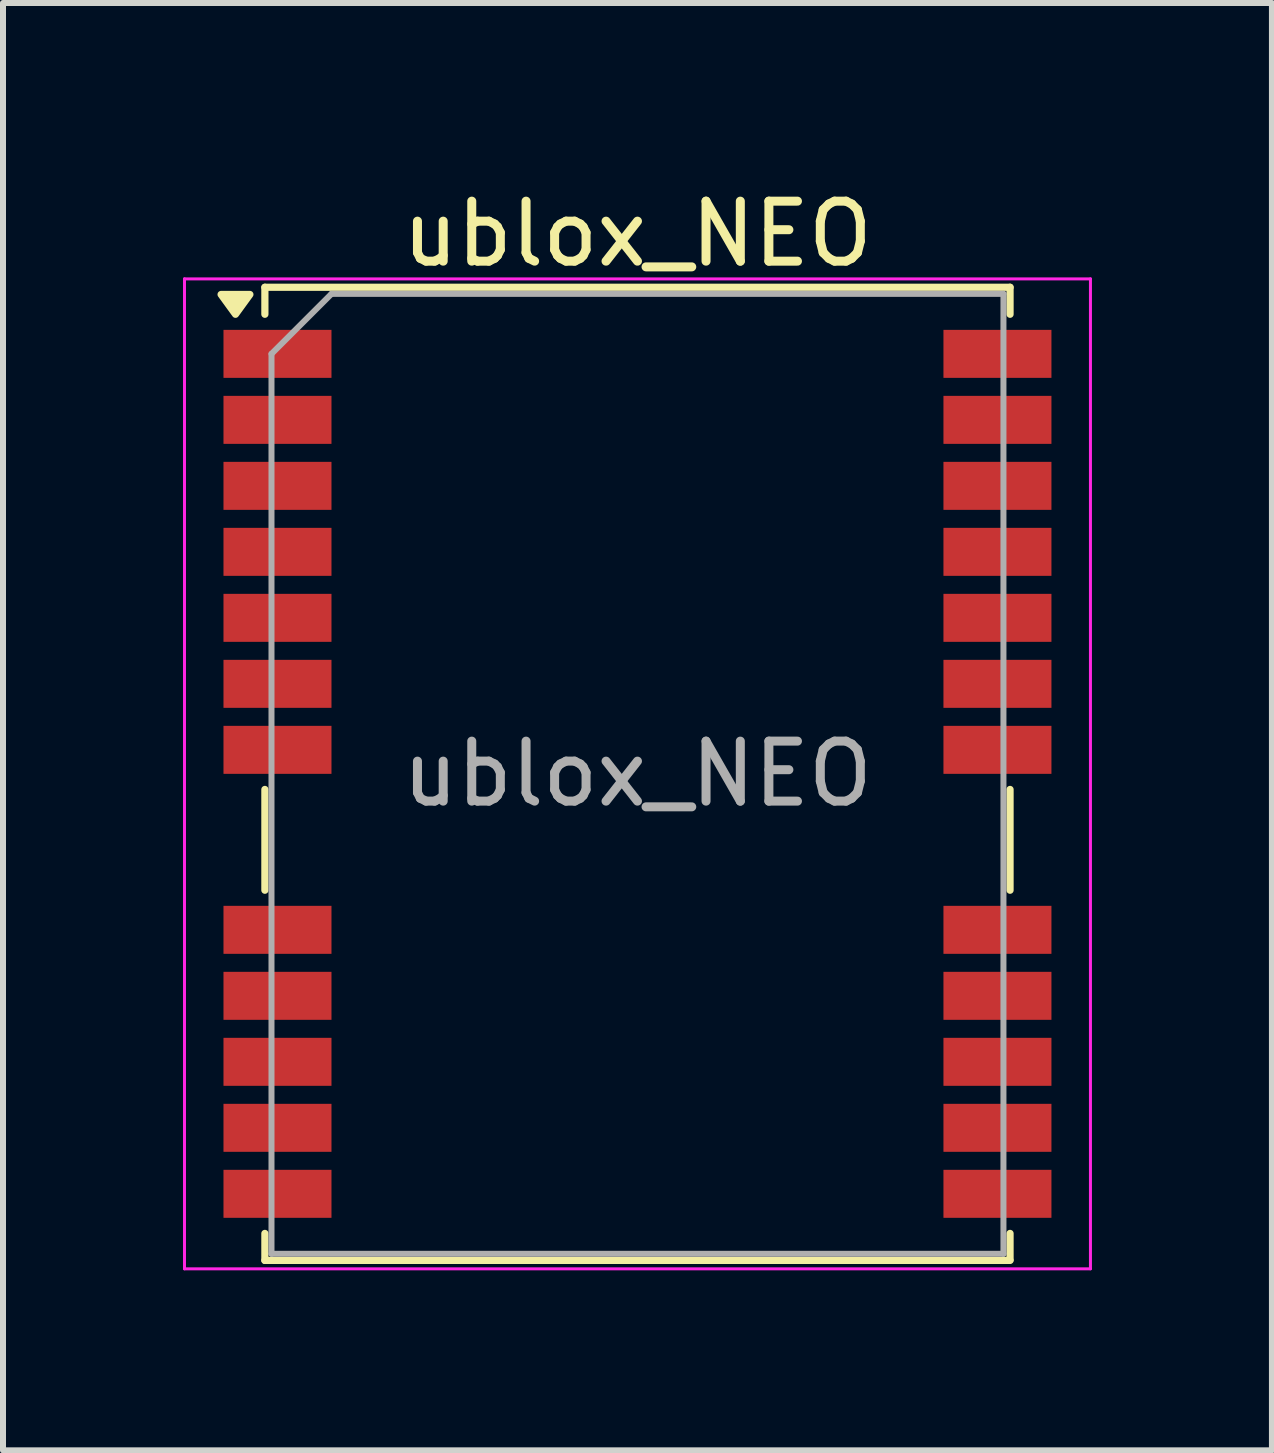
<source format=kicad_pcb>
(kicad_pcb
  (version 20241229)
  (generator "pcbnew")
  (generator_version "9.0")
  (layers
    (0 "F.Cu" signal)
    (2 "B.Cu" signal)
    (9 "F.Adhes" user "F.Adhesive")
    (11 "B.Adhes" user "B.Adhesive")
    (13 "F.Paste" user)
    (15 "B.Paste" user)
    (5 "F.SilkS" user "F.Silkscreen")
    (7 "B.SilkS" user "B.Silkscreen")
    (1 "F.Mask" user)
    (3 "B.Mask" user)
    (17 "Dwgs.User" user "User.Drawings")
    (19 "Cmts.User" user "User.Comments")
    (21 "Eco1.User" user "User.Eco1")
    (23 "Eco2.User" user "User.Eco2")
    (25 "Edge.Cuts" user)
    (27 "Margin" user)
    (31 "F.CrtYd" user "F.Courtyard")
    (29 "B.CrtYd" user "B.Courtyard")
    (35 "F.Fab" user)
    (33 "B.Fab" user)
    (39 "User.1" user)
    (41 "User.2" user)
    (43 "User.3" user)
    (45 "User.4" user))
  (footprint "ublox_NEO"
    (layer "F.Cu")
    (at 7.575 9.848)
    (property "Reference" "ublox_NEO" (at 0 -9 0) (layer "F.SilkS") (effects (font (size 1 1) (thickness 0.15))))
    (attr smd)
    (fp_line (start -6.21 -8.11) (end -6.21 -7.66) (stroke (width 0.12) (type solid)) (layer "F.SilkS"))
    (fp_line (start -6.21 -8.11) (end 6.21 -8.11) (stroke (width 0.12) (type solid)) (layer "F.SilkS"))
    (fp_line (start -6.21 0.26) (end -6.21 1.94) (stroke (width 0.12) (type solid)) (layer "F.SilkS"))
    (fp_line (start -6.21 7.66) (end -6.21 8.11) (stroke (width 0.12) (type solid)) (layer "F.SilkS"))
    (fp_line (start -6.21 8.11) (end 6.21 8.11) (stroke (width 0.12) (type solid)) (layer "F.SilkS"))
    (fp_line (start 6.21 -8.11) (end 6.21 -7.66) (stroke (width 0.12) (type solid)) (layer "F.SilkS"))
    (fp_line (start 6.21 0.26) (end 6.21 1.94) (stroke (width 0.12) (type solid)) (layer "F.SilkS"))
    (fp_line (start 6.21 7.66) (end 6.21 8.1) (stroke (width 0.12) (type solid)) (layer "F.SilkS"))
    (fp_poly (pts (xy -6.7 -7.66) (xy -6.94 -7.99) (xy -6.46 -7.99) (xy -6.7 -7.66)) (stroke (width 0.12) (type solid)) (fill yes) (layer "F.SilkS"))
    (fp_poly (pts (xy -7.3 -6.6) (xy -7.3 -7.4) (xy -6.1 -7.4) (xy -6.1 -7.3) (xy -5.2 -7.3) (xy -5.2 -6.7) (xy -6.1 -6.7) (xy -6.1 -6.6)) (stroke (width 0) (type solid)) (fill yes) (layer "F.Paste"))
    (fp_poly (pts (xy -7.3 -5.5) (xy -7.3 -6.3) (xy -6.1 -6.3) (xy -6.1 -6.2) (xy -5.2 -6.2) (xy -5.2 -5.6) (xy -6.1 -5.6) (xy -6.1 -5.5)) (stroke (width 0) (type solid)) (fill yes) (layer "F.Paste"))
    (fp_poly (pts (xy -7.3 -4.4) (xy -7.3 -5.2) (xy -6.1 -5.2) (xy -6.1 -5.1) (xy -5.2 -5.1) (xy -5.2 -4.5) (xy -6.1 -4.5) (xy -6.1 -4.4)) (stroke (width 0) (type solid)) (fill yes) (layer "F.Paste"))
    (fp_poly (pts (xy -7.3 -3.3) (xy -7.3 -4.1) (xy -6.1 -4.1) (xy -6.1 -4) (xy -5.2 -4) (xy -5.2 -3.4) (xy -6.1 -3.4) (xy -6.1 -3.3)) (stroke (width 0) (type solid)) (fill yes) (layer "F.Paste"))
    (fp_poly (pts (xy -7.3 -2.2) (xy -7.3 -3) (xy -6.1 -3) (xy -6.1 -2.9) (xy -5.2 -2.9) (xy -5.2 -2.3) (xy -6.1 -2.3) (xy -6.1 -2.2)) (stroke (width 0) (type solid)) (fill yes) (layer "F.Paste"))
    (fp_poly (pts (xy -7.3 -1.1) (xy -7.3 -1.9) (xy -6.1 -1.9) (xy -6.1 -1.8) (xy -5.2 -1.8) (xy -5.2 -1.2) (xy -6.1 -1.2) (xy -6.1 -1.1)) (stroke (width 0) (type solid)) (fill yes) (layer "F.Paste"))
    (fp_poly (pts (xy -7.3 0) (xy -7.3 -0.8) (xy -6.1 -0.8) (xy -6.1 -0.7) (xy -5.2 -0.7) (xy -5.2 -0.1) (xy -6.1 -0.1) (xy -6.1 0)) (stroke (width 0) (type solid)) (fill yes) (layer "F.Paste"))
    (fp_poly (pts (xy -7.3 3) (xy -7.3 2.2) (xy -6.1 2.2) (xy -6.1 2.3) (xy -5.2 2.3) (xy -5.2 2.9) (xy -6.1 2.9) (xy -6.1 3)) (stroke (width 0) (type solid)) (fill yes) (layer "F.Paste"))
    (fp_poly (pts (xy -7.3 4.1) (xy -7.3 3.3) (xy -6.1 3.3) (xy -6.1 3.4) (xy -5.2 3.4) (xy -5.2 4) (xy -6.1 4) (xy -6.1 4.1)) (stroke (width 0) (type solid)) (fill yes) (layer "F.Paste"))
    (fp_poly (pts (xy -7.3 5.2) (xy -7.3 4.4) (xy -6.1 4.4) (xy -6.1 4.5) (xy -5.2 4.5) (xy -5.2 5.1) (xy -6.1 5.1) (xy -6.1 5.2)) (stroke (width 0) (type solid)) (fill yes) (layer "F.Paste"))
    (fp_poly (pts (xy -7.3 6.3) (xy -7.3 5.5) (xy -6.1 5.5) (xy -6.1 5.6) (xy -5.2 5.6) (xy -5.2 6.2) (xy -6.1 6.2) (xy -6.1 6.3)) (stroke (width 0) (type solid)) (fill yes) (layer "F.Paste"))
    (fp_poly (pts (xy -7.3 7.4) (xy -7.3 6.6) (xy -6.1 6.6) (xy -6.1 6.7) (xy -5.2 6.7) (xy -5.2 7.3) (xy -6.1 7.3) (xy -6.1 7.4)) (stroke (width 0) (type solid)) (fill yes) (layer "F.Paste"))
    (fp_poly (pts (xy 7.3 -6.6) (xy 7.3 -7.4) (xy 6.1 -7.4) (xy 6.1 -7.3) (xy 5.2 -7.3) (xy 5.2 -6.7) (xy 6.1 -6.7) (xy 6.1 -6.6)) (stroke (width 0) (type solid)) (fill yes) (layer "F.Paste"))
    (fp_poly (pts (xy 7.3 -5.5) (xy 7.3 -6.3) (xy 6.1 -6.3) (xy 6.1 -6.2) (xy 5.2 -6.2) (xy 5.2 -5.6) (xy 6.1 -5.6) (xy 6.1 -5.5)) (stroke (width 0) (type solid)) (fill yes) (layer "F.Paste"))
    (fp_poly (pts (xy 7.3 -4.4) (xy 7.3 -5.2) (xy 6.1 -5.2) (xy 6.1 -5.1) (xy 5.2 -5.1) (xy 5.2 -4.5) (xy 6.1 -4.5) (xy 6.1 -4.4)) (stroke (width 0) (type solid)) (fill yes) (layer "F.Paste"))
    (fp_poly (pts (xy 7.3 -3.3) (xy 7.3 -4.1) (xy 6.1 -4.1) (xy 6.1 -4) (xy 5.2 -4) (xy 5.2 -3.4) (xy 6.1 -3.4) (xy 6.1 -3.3)) (stroke (width 0) (type solid)) (fill yes) (layer "F.Paste"))
    (fp_poly (pts (xy 7.3 -2.2) (xy 7.3 -3) (xy 6.1 -3) (xy 6.1 -2.9) (xy 5.2 -2.9) (xy 5.2 -2.3) (xy 6.1 -2.3) (xy 6.1 -2.2)) (stroke (width 0) (type solid)) (fill yes) (layer "F.Paste"))
    (fp_poly (pts (xy 7.3 -1.1) (xy 7.3 -1.9) (xy 6.1 -1.9) (xy 6.1 -1.8) (xy 5.2 -1.8) (xy 5.2 -1.2) (xy 6.1 -1.2) (xy 6.1 -1.1)) (stroke (width 0) (type solid)) (fill yes) (layer "F.Paste"))
    (fp_poly (pts (xy 7.3 0) (xy 7.3 -0.8) (xy 6.1 -0.8) (xy 6.1 -0.7) (xy 5.2 -0.7) (xy 5.2 -0.1) (xy 6.1 -0.1) (xy 6.1 0)) (stroke (width 0) (type solid)) (fill yes) (layer "F.Paste"))
    (fp_poly (pts (xy 7.3 3) (xy 7.3 2.2) (xy 6.1 2.2) (xy 6.1 2.3) (xy 5.2 2.3) (xy 5.2 2.9) (xy 6.1 2.9) (xy 6.1 3)) (stroke (width 0) (type solid)) (fill yes) (layer "F.Paste"))
    (fp_poly (pts (xy 7.3 4.1) (xy 7.3 3.3) (xy 6.1 3.3) (xy 6.1 3.4) (xy 5.2 3.4) (xy 5.2 4) (xy 6.1 4) (xy 6.1 4.1)) (stroke (width 0) (type solid)) (fill yes) (layer "F.Paste"))
    (fp_poly (pts (xy 7.3 5.2) (xy 7.3 4.4) (xy 6.1 4.4) (xy 6.1 4.5) (xy 5.2 4.5) (xy 5.2 5.1) (xy 6.1 5.1) (xy 6.1 5.2)) (stroke (width 0) (type solid)) (fill yes) (layer "F.Paste"))
    (fp_poly (pts (xy 7.3 6.3) (xy 7.3 5.5) (xy 6.1 5.5) (xy 6.1 5.6) (xy 5.2 5.6) (xy 5.2 6.2) (xy 6.1 6.2) (xy 6.1 6.3)) (stroke (width 0) (type solid)) (fill yes) (layer "F.Paste"))
    (fp_poly (pts (xy 7.3 7.4) (xy 7.3 6.6) (xy 6.1 6.6) (xy 6.1 6.7) (xy 5.2 6.7) (xy 5.2 7.3) (xy 6.1 7.3) (xy 6.1 7.4)) (stroke (width 0) (type solid)) (fill yes) (layer "F.Paste"))
    (fp_line (start -7.55 -8.25) (end -7.55 8.25) (stroke (width 0.05) (type solid)) (layer "F.CrtYd"))
    (fp_line (start -7.55 -8.25) (end 7.55 -8.25) (stroke (width 0.05) (type solid)) (layer "F.CrtYd"))
    (fp_line (start -7.55 8.25) (end 7.55 8.25) (stroke (width 0.05) (type solid)) (layer "F.CrtYd"))
    (fp_line (start 7.55 -8.25) (end 7.55 8.25) (stroke (width 0.05) (type solid)) (layer "F.CrtYd"))
    (fp_line (start -6.1 -7) (end -6.1 8) (stroke (width 0.1) (type solid)) (layer "F.Fab"))
    (fp_line (start -6.1 8) (end 6.1 8) (stroke (width 0.1) (type solid)) (layer "F.Fab"))
    (fp_line (start -5.1 -8) (end -6.1 -7) (stroke (width 0.1) (type solid)) (layer "F.Fab"))
    (fp_line (start -5.1 -8) (end 6.1 -8) (stroke (width 0.1) (type solid)) (layer "F.Fab"))
    (fp_line (start 6.1 -8) (end 6.1 8) (stroke (width 0.1) (type solid)) (layer "F.Fab"))
    (fp_text user "${REFERENCE}" (at 0 0 0) (layer "F.Fab") (effects (font (size 1 1) (thickness 0.15))))
    (pad "1" smd rect (at -6 -7) (size 1.8 0.8) (layers "F.Cu" "F.Mask"))
    (pad "2" smd rect (at -6 -5.9) (size 1.8 0.8) (layers "F.Cu" "F.Mask"))
    (pad "3" smd rect (at -6 -4.8) (size 1.8 0.8) (layers "F.Cu" "F.Mask"))
    (pad "4" smd rect (at -6 -3.7) (size 1.8 0.8) (layers "F.Cu" "F.Mask"))
    (pad "5" smd rect (at -6 -2.6) (size 1.8 0.8) (layers "F.Cu" "F.Mask"))
    (pad "6" smd rect (at -6 -1.5) (size 1.8 0.8) (layers "F.Cu" "F.Mask"))
    (pad "7" smd rect (at -6 -0.4) (size 1.8 0.8) (layers "F.Cu" "F.Mask"))
    (pad "8" smd rect (at -6 2.6) (size 1.8 0.8) (layers "F.Cu" "F.Mask"))
    (pad "9" smd rect (at -6 3.7) (size 1.8 0.8) (layers "F.Cu" "F.Mask"))
    (pad "10" smd rect (at -6 4.8) (size 1.8 0.8) (layers "F.Cu" "F.Mask"))
    (pad "11" smd rect (at -6 5.9) (size 1.8 0.8) (layers "F.Cu" "F.Mask"))
    (pad "12" smd rect (at -6 7) (size 1.8 0.8) (layers "F.Cu" "F.Mask"))
    (pad "13" smd rect (at 6 7) (size 1.8 0.8) (layers "F.Cu" "F.Mask"))
    (pad "14" smd rect (at 6 5.9) (size 1.8 0.8) (layers "F.Cu" "F.Mask"))
    (pad "15" smd rect (at 6 4.8) (size 1.8 0.8) (layers "F.Cu" "F.Mask"))
    (pad "16" smd rect (at 6 3.7) (size 1.8 0.8) (layers "F.Cu" "F.Mask"))
    (pad "17" smd rect (at 6 2.6) (size 1.8 0.8) (layers "F.Cu" "F.Mask"))
    (pad "18" smd rect (at 6 -0.4) (size 1.8 0.8) (layers "F.Cu" "F.Mask"))
    (pad "19" smd rect (at 6 -1.5) (size 1.8 0.8) (layers "F.Cu" "F.Mask"))
    (pad "20" smd rect (at 6 -2.6) (size 1.8 0.8) (layers "F.Cu" "F.Mask"))
    (pad "21" smd rect (at 6 -3.7) (size 1.8 0.8) (layers "F.Cu" "F.Mask"))
    (pad "22" smd rect (at 6 -4.8) (size 1.8 0.8) (layers "F.Cu" "F.Mask"))
    (pad "23" smd rect (at 6 -5.9) (size 1.8 0.8) (layers "F.Cu" "F.Mask"))
    (pad "24" smd rect (at 6 -7) (size 1.8 0.8) (layers "F.Cu" "F.Mask")))
  (gr_rect
    (start -3 -3)
    (end 18.15 21.123)
    (stroke (width 0.1) (type default))
    (fill no)
    (layer "Edge.Cuts")))
</source>
